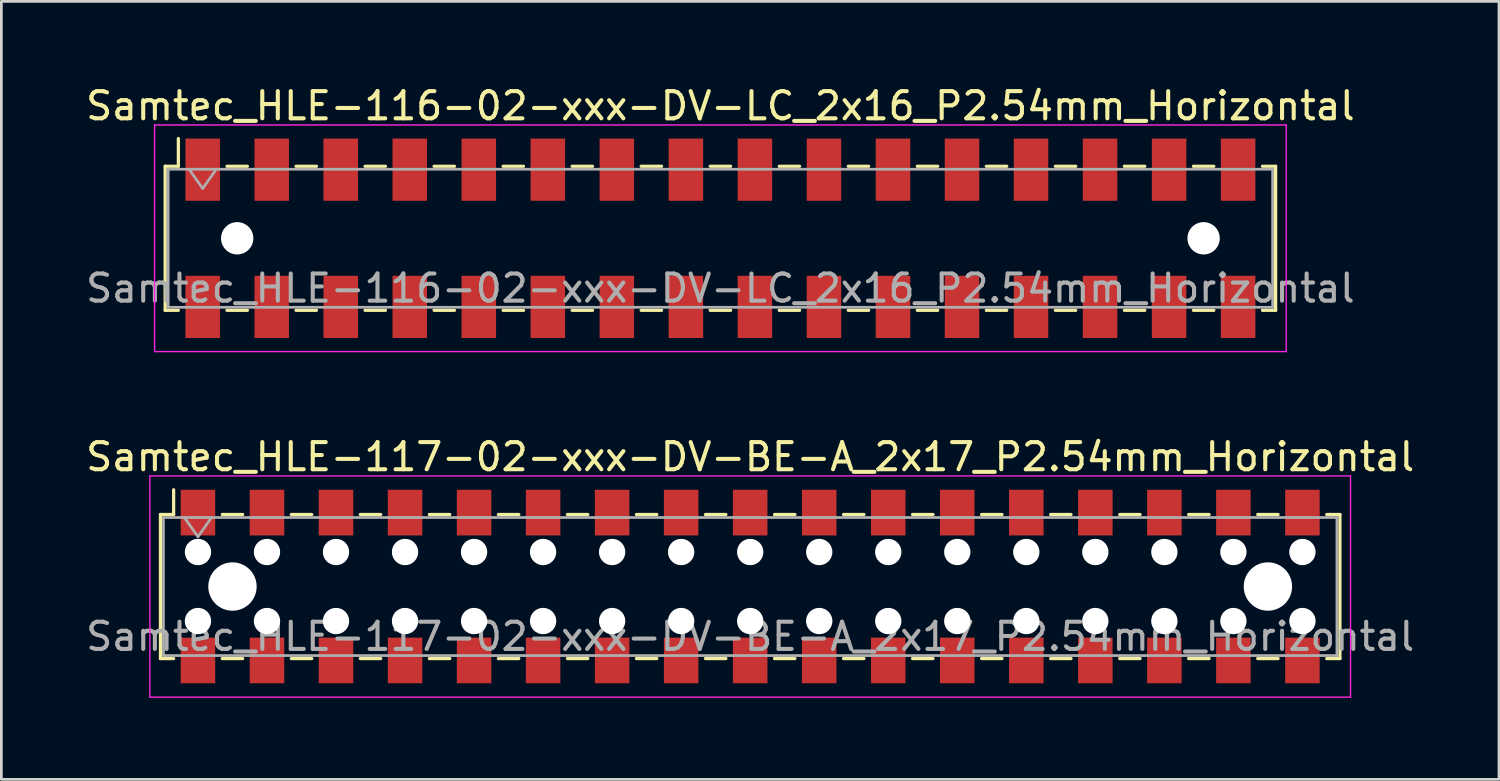
<source format=kicad_pcb>
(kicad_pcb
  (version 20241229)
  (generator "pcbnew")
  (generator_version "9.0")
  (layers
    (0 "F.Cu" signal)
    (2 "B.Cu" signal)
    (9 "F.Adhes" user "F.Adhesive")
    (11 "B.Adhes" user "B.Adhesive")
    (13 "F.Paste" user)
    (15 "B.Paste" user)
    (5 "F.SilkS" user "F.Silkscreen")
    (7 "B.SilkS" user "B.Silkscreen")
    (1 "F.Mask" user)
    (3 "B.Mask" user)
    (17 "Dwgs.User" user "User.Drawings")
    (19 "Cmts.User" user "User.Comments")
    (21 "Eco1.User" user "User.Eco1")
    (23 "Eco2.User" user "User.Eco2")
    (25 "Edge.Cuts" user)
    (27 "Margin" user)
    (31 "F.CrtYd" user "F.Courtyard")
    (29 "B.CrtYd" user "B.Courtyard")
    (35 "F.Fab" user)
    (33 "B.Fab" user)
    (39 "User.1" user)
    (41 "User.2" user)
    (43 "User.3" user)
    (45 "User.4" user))
  (footprint "Samtec_HLE-116-02-xxx-DV-LC_2x16_P2.54mm_Horizontal"
    (layer "F.Cu")
    (at 23.458 5.718)
    (property "Reference" "Samtec_HLE-116-02-xxx-DV-LC_2x16_P2.54mm_Horizontal" (at 0 -4.87 0) (layer "F.SilkS") (effects (font (size 1 1) (thickness 0.15))))
    (attr smd)
    (fp_line (start -20.43 -2.65) (end -20.43 2.65) (stroke (width 0.12) (type solid)) (layer "F.SilkS"))
    (fp_line (start -20.43 2.65) (end -19.945 2.65) (stroke (width 0.12) (type solid)) (layer "F.SilkS"))
    (fp_line (start -19.945 -3.67) (end -19.945 -2.65) (stroke (width 0.12) (type solid)) (layer "F.SilkS"))
    (fp_line (start -19.945 -2.65) (end -20.43 -2.65) (stroke (width 0.12) (type solid)) (layer "F.SilkS"))
    (fp_line (start -18.155 -2.65) (end -17.405 -2.65) (stroke (width 0.12) (type solid)) (layer "F.SilkS"))
    (fp_line (start -18.155 2.65) (end -17.405 2.65) (stroke (width 0.12) (type solid)) (layer "F.SilkS"))
    (fp_line (start -15.615 -2.65) (end -14.865 -2.65) (stroke (width 0.12) (type solid)) (layer "F.SilkS"))
    (fp_line (start -15.615 2.65) (end -14.865 2.65) (stroke (width 0.12) (type solid)) (layer "F.SilkS"))
    (fp_line (start -13.075 -2.65) (end -12.325 -2.65) (stroke (width 0.12) (type solid)) (layer "F.SilkS"))
    (fp_line (start -13.075 2.65) (end -12.325 2.65) (stroke (width 0.12) (type solid)) (layer "F.SilkS"))
    (fp_line (start -10.535 -2.65) (end -9.785 -2.65) (stroke (width 0.12) (type solid)) (layer "F.SilkS"))
    (fp_line (start -10.535 2.65) (end -9.785 2.65) (stroke (width 0.12) (type solid)) (layer "F.SilkS"))
    (fp_line (start -7.995 -2.65) (end -7.245 -2.65) (stroke (width 0.12) (type solid)) (layer "F.SilkS"))
    (fp_line (start -7.995 2.65) (end -7.245 2.65) (stroke (width 0.12) (type solid)) (layer "F.SilkS"))
    (fp_line (start -5.455 -2.65) (end -4.705 -2.65) (stroke (width 0.12) (type solid)) (layer "F.SilkS"))
    (fp_line (start -5.455 2.65) (end -4.705 2.65) (stroke (width 0.12) (type solid)) (layer "F.SilkS"))
    (fp_line (start -2.915 -2.65) (end -2.165 -2.65) (stroke (width 0.12) (type solid)) (layer "F.SilkS"))
    (fp_line (start -2.915 2.65) (end -2.165 2.65) (stroke (width 0.12) (type solid)) (layer "F.SilkS"))
    (fp_line (start -0.375 -2.65) (end 0.375 -2.65) (stroke (width 0.12) (type solid)) (layer "F.SilkS"))
    (fp_line (start -0.375 2.65) (end 0.375 2.65) (stroke (width 0.12) (type solid)) (layer "F.SilkS"))
    (fp_line (start 2.165 -2.65) (end 2.915 -2.65) (stroke (width 0.12) (type solid)) (layer "F.SilkS"))
    (fp_line (start 2.165 2.65) (end 2.915 2.65) (stroke (width 0.12) (type solid)) (layer "F.SilkS"))
    (fp_line (start 4.705 -2.65) (end 5.455 -2.65) (stroke (width 0.12) (type solid)) (layer "F.SilkS"))
    (fp_line (start 4.705 2.65) (end 5.455 2.65) (stroke (width 0.12) (type solid)) (layer "F.SilkS"))
    (fp_line (start 7.245 -2.65) (end 7.995 -2.65) (stroke (width 0.12) (type solid)) (layer "F.SilkS"))
    (fp_line (start 7.245 2.65) (end 7.995 2.65) (stroke (width 0.12) (type solid)) (layer "F.SilkS"))
    (fp_line (start 9.785 -2.65) (end 10.535 -2.65) (stroke (width 0.12) (type solid)) (layer "F.SilkS"))
    (fp_line (start 9.785 2.65) (end 10.535 2.65) (stroke (width 0.12) (type solid)) (layer "F.SilkS"))
    (fp_line (start 12.325 -2.65) (end 13.075 -2.65) (stroke (width 0.12) (type solid)) (layer "F.SilkS"))
    (fp_line (start 12.325 2.65) (end 13.075 2.65) (stroke (width 0.12) (type solid)) (layer "F.SilkS"))
    (fp_line (start 14.865 -2.65) (end 15.615 -2.65) (stroke (width 0.12) (type solid)) (layer "F.SilkS"))
    (fp_line (start 14.865 2.65) (end 15.615 2.65) (stroke (width 0.12) (type solid)) (layer "F.SilkS"))
    (fp_line (start 17.405 -2.65) (end 18.155 -2.65) (stroke (width 0.12) (type solid)) (layer "F.SilkS"))
    (fp_line (start 17.405 2.65) (end 18.155 2.65) (stroke (width 0.12) (type solid)) (layer "F.SilkS"))
    (fp_line (start 19.945 -2.65) (end 20.43 -2.65) (stroke (width 0.12) (type solid)) (layer "F.SilkS"))
    (fp_line (start 20.43 -2.65) (end 20.43 2.65) (stroke (width 0.12) (type solid)) (layer "F.SilkS"))
    (fp_line (start 20.43 2.65) (end 19.945 2.65) (stroke (width 0.12) (type solid)) (layer "F.SilkS"))
    (fp_line (start -20.82 -4.17) (end 20.82 -4.17) (stroke (width 0.05) (type solid)) (layer "F.CrtYd"))
    (fp_line (start -20.82 4.17) (end -20.82 -4.17) (stroke (width 0.05) (type solid)) (layer "F.CrtYd"))
    (fp_line (start 20.82 -4.17) (end 20.82 4.17) (stroke (width 0.05) (type solid)) (layer "F.CrtYd"))
    (fp_line (start 20.82 4.17) (end -20.82 4.17) (stroke (width 0.05) (type solid)) (layer "F.CrtYd"))
    (fp_line (start -20.32 -2.54) (end 20.32 -2.54) (stroke (width 0.1) (type solid)) (layer "F.Fab"))
    (fp_line (start -20.32 2.54) (end -20.32 -2.54) (stroke (width 0.1) (type solid)) (layer "F.Fab"))
    (fp_line (start -19.55 -2.54) (end -19.05 -1.833) (stroke (width 0.1) (type solid)) (layer "F.Fab"))
    (fp_line (start -19.05 -1.833) (end -18.55 -2.54) (stroke (width 0.1) (type solid)) (layer "F.Fab"))
    (fp_line (start 20.32 -2.54) (end 20.32 2.54) (stroke (width 0.1) (type solid)) (layer "F.Fab"))
    (fp_line (start 20.32 2.54) (end -20.32 2.54) (stroke (width 0.1) (type solid)) (layer "F.Fab"))
    (fp_text user "${REFERENCE}" (at 0 1.84 0) (layer "F.Fab") (effects (font (size 1 1) (thickness 0.15))))
    (pad "" np_thru_hole circle (at -17.78 0) (size 1.19 1.19) (drill 1.19) (layers "*.Cu" "*.Mask"))
    (pad "" np_thru_hole circle (at 17.78 0) (size 1.19 1.19) (drill 1.19) (layers "*.Cu" "*.Mask"))
    (pad "1" smd rect (at -19.05 -2.525) (size 1.27 2.29) (layers "F.Cu" "F.Mask" "F.Paste"))
    (pad "2" smd rect (at -19.05 2.525) (size 1.27 2.29) (layers "F.Cu" "F.Mask" "F.Paste"))
    (pad "3" smd rect (at -16.51 -2.525) (size 1.27 2.29) (layers "F.Cu" "F.Mask" "F.Paste"))
    (pad "4" smd rect (at -16.51 2.525) (size 1.27 2.29) (layers "F.Cu" "F.Mask" "F.Paste"))
    (pad "5" smd rect (at -13.97 -2.525) (size 1.27 2.29) (layers "F.Cu" "F.Mask" "F.Paste"))
    (pad "6" smd rect (at -13.97 2.525) (size 1.27 2.29) (layers "F.Cu" "F.Mask" "F.Paste"))
    (pad "7" smd rect (at -11.43 -2.525) (size 1.27 2.29) (layers "F.Cu" "F.Mask" "F.Paste"))
    (pad "8" smd rect (at -11.43 2.525) (size 1.27 2.29) (layers "F.Cu" "F.Mask" "F.Paste"))
    (pad "9" smd rect (at -8.89 -2.525) (size 1.27 2.29) (layers "F.Cu" "F.Mask" "F.Paste"))
    (pad "10" smd rect (at -8.89 2.525) (size 1.27 2.29) (layers "F.Cu" "F.Mask" "F.Paste"))
    (pad "11" smd rect (at -6.35 -2.525) (size 1.27 2.29) (layers "F.Cu" "F.Mask" "F.Paste"))
    (pad "12" smd rect (at -6.35 2.525) (size 1.27 2.29) (layers "F.Cu" "F.Mask" "F.Paste"))
    (pad "13" smd rect (at -3.81 -2.525) (size 1.27 2.29) (layers "F.Cu" "F.Mask" "F.Paste"))
    (pad "14" smd rect (at -3.81 2.525) (size 1.27 2.29) (layers "F.Cu" "F.Mask" "F.Paste"))
    (pad "15" smd rect (at -1.27 -2.525) (size 1.27 2.29) (layers "F.Cu" "F.Mask" "F.Paste"))
    (pad "16" smd rect (at -1.27 2.525) (size 1.27 2.29) (layers "F.Cu" "F.Mask" "F.Paste"))
    (pad "17" smd rect (at 1.27 -2.525) (size 1.27 2.29) (layers "F.Cu" "F.Mask" "F.Paste"))
    (pad "18" smd rect (at 1.27 2.525) (size 1.27 2.29) (layers "F.Cu" "F.Mask" "F.Paste"))
    (pad "19" smd rect (at 3.81 -2.525) (size 1.27 2.29) (layers "F.Cu" "F.Mask" "F.Paste"))
    (pad "20" smd rect (at 3.81 2.525) (size 1.27 2.29) (layers "F.Cu" "F.Mask" "F.Paste"))
    (pad "21" smd rect (at 6.35 -2.525) (size 1.27 2.29) (layers "F.Cu" "F.Mask" "F.Paste"))
    (pad "22" smd rect (at 6.35 2.525) (size 1.27 2.29) (layers "F.Cu" "F.Mask" "F.Paste"))
    (pad "23" smd rect (at 8.89 -2.525) (size 1.27 2.29) (layers "F.Cu" "F.Mask" "F.Paste"))
    (pad "24" smd rect (at 8.89 2.525) (size 1.27 2.29) (layers "F.Cu" "F.Mask" "F.Paste"))
    (pad "25" smd rect (at 11.43 -2.525) (size 1.27 2.29) (layers "F.Cu" "F.Mask" "F.Paste"))
    (pad "26" smd rect (at 11.43 2.525) (size 1.27 2.29) (layers "F.Cu" "F.Mask" "F.Paste"))
    (pad "27" smd rect (at 13.97 -2.525) (size 1.27 2.29) (layers "F.Cu" "F.Mask" "F.Paste"))
    (pad "28" smd rect (at 13.97 2.525) (size 1.27 2.29) (layers "F.Cu" "F.Mask" "F.Paste"))
    (pad "29" smd rect (at 16.51 -2.525) (size 1.27 2.29) (layers "F.Cu" "F.Mask" "F.Paste"))
    (pad "30" smd rect (at 16.51 2.525) (size 1.27 2.29) (layers "F.Cu" "F.Mask" "F.Paste"))
    (pad "31" smd rect (at 19.05 -2.525) (size 1.27 2.29) (layers "F.Cu" "F.Mask" "F.Paste"))
    (pad "32" smd rect (at 19.05 2.525) (size 1.27 2.29) (layers "F.Cu" "F.Mask" "F.Paste")))
  (footprint "Samtec_HLE-117-02-xxx-DV-BE-A_2x17_P2.54mm_Horizontal"
    (layer "F.Cu")
    (at 24.554 18.532)
    (property "Reference" "Samtec_HLE-117-02-xxx-DV-BE-A_2x17_P2.54mm_Horizontal" (at 0 -4.77 0) (layer "F.SilkS") (effects (font (size 1 1) (thickness 0.15))))
    (attr smd)
    (fp_line (start -21.7 -2.65) (end -21.7 2.65) (stroke (width 0.12) (type solid)) (layer "F.SilkS"))
    (fp_line (start -21.7 2.65) (end -21.215 2.65) (stroke (width 0.12) (type solid)) (layer "F.SilkS"))
    (fp_line (start -21.215 -3.56) (end -21.215 -2.65) (stroke (width 0.12) (type solid)) (layer "F.SilkS"))
    (fp_line (start -21.215 -2.65) (end -21.7 -2.65) (stroke (width 0.12) (type solid)) (layer "F.SilkS"))
    (fp_line (start -19.425 -2.65) (end -18.675 -2.65) (stroke (width 0.12) (type solid)) (layer "F.SilkS"))
    (fp_line (start -19.425 2.65) (end -18.675 2.65) (stroke (width 0.12) (type solid)) (layer "F.SilkS"))
    (fp_line (start -16.885 -2.65) (end -16.135 -2.65) (stroke (width 0.12) (type solid)) (layer "F.SilkS"))
    (fp_line (start -16.885 2.65) (end -16.135 2.65) (stroke (width 0.12) (type solid)) (layer "F.SilkS"))
    (fp_line (start -14.345 -2.65) (end -13.595 -2.65) (stroke (width 0.12) (type solid)) (layer "F.SilkS"))
    (fp_line (start -14.345 2.65) (end -13.595 2.65) (stroke (width 0.12) (type solid)) (layer "F.SilkS"))
    (fp_line (start -11.805 -2.65) (end -11.055 -2.65) (stroke (width 0.12) (type solid)) (layer "F.SilkS"))
    (fp_line (start -11.805 2.65) (end -11.055 2.65) (stroke (width 0.12) (type solid)) (layer "F.SilkS"))
    (fp_line (start -9.265 -2.65) (end -8.515 -2.65) (stroke (width 0.12) (type solid)) (layer "F.SilkS"))
    (fp_line (start -9.265 2.65) (end -8.515 2.65) (stroke (width 0.12) (type solid)) (layer "F.SilkS"))
    (fp_line (start -6.725 -2.65) (end -5.975 -2.65) (stroke (width 0.12) (type solid)) (layer "F.SilkS"))
    (fp_line (start -6.725 2.65) (end -5.975 2.65) (stroke (width 0.12) (type solid)) (layer "F.SilkS"))
    (fp_line (start -4.185 -2.65) (end -3.435 -2.65) (stroke (width 0.12) (type solid)) (layer "F.SilkS"))
    (fp_line (start -4.185 2.65) (end -3.435 2.65) (stroke (width 0.12) (type solid)) (layer "F.SilkS"))
    (fp_line (start -1.645 -2.65) (end -0.895 -2.65) (stroke (width 0.12) (type solid)) (layer "F.SilkS"))
    (fp_line (start -1.645 2.65) (end -0.895 2.65) (stroke (width 0.12) (type solid)) (layer "F.SilkS"))
    (fp_line (start 0.895 -2.65) (end 1.645 -2.65) (stroke (width 0.12) (type solid)) (layer "F.SilkS"))
    (fp_line (start 0.895 2.65) (end 1.645 2.65) (stroke (width 0.12) (type solid)) (layer "F.SilkS"))
    (fp_line (start 3.435 -2.65) (end 4.185 -2.65) (stroke (width 0.12) (type solid)) (layer "F.SilkS"))
    (fp_line (start 3.435 2.65) (end 4.185 2.65) (stroke (width 0.12) (type solid)) (layer "F.SilkS"))
    (fp_line (start 5.975 -2.65) (end 6.725 -2.65) (stroke (width 0.12) (type solid)) (layer "F.SilkS"))
    (fp_line (start 5.975 2.65) (end 6.725 2.65) (stroke (width 0.12) (type solid)) (layer "F.SilkS"))
    (fp_line (start 8.515 -2.65) (end 9.265 -2.65) (stroke (width 0.12) (type solid)) (layer "F.SilkS"))
    (fp_line (start 8.515 2.65) (end 9.265 2.65) (stroke (width 0.12) (type solid)) (layer "F.SilkS"))
    (fp_line (start 11.055 -2.65) (end 11.805 -2.65) (stroke (width 0.12) (type solid)) (layer "F.SilkS"))
    (fp_line (start 11.055 2.65) (end 11.805 2.65) (stroke (width 0.12) (type solid)) (layer "F.SilkS"))
    (fp_line (start 13.595 -2.65) (end 14.345 -2.65) (stroke (width 0.12) (type solid)) (layer "F.SilkS"))
    (fp_line (start 13.595 2.65) (end 14.345 2.65) (stroke (width 0.12) (type solid)) (layer "F.SilkS"))
    (fp_line (start 16.135 -2.65) (end 16.885 -2.65) (stroke (width 0.12) (type solid)) (layer "F.SilkS"))
    (fp_line (start 16.135 2.65) (end 16.885 2.65) (stroke (width 0.12) (type solid)) (layer "F.SilkS"))
    (fp_line (start 18.675 -2.65) (end 19.425 -2.65) (stroke (width 0.12) (type solid)) (layer "F.SilkS"))
    (fp_line (start 18.675 2.65) (end 19.425 2.65) (stroke (width 0.12) (type solid)) (layer "F.SilkS"))
    (fp_line (start 21.215 -2.65) (end 21.7 -2.65) (stroke (width 0.12) (type solid)) (layer "F.SilkS"))
    (fp_line (start 21.7 -2.65) (end 21.7 2.65) (stroke (width 0.12) (type solid)) (layer "F.SilkS"))
    (fp_line (start 21.7 2.65) (end 21.215 2.65) (stroke (width 0.12) (type solid)) (layer "F.SilkS"))
    (fp_line (start -22.09 -4.07) (end 22.09 -4.07) (stroke (width 0.05) (type solid)) (layer "F.CrtYd"))
    (fp_line (start -22.09 4.07) (end -22.09 -4.07) (stroke (width 0.05) (type solid)) (layer "F.CrtYd"))
    (fp_line (start 22.09 -4.07) (end 22.09 4.07) (stroke (width 0.05) (type solid)) (layer "F.CrtYd"))
    (fp_line (start 22.09 4.07) (end -22.09 4.07) (stroke (width 0.05) (type solid)) (layer "F.CrtYd"))
    (fp_line (start -21.59 -2.54) (end 21.59 -2.54) (stroke (width 0.1) (type solid)) (layer "F.Fab"))
    (fp_line (start -21.59 2.54) (end -21.59 -2.54) (stroke (width 0.1) (type solid)) (layer "F.Fab"))
    (fp_line (start -20.82 -2.54) (end -20.32 -1.833) (stroke (width 0.1) (type solid)) (layer "F.Fab"))
    (fp_line (start -20.32 -1.833) (end -19.82 -2.54) (stroke (width 0.1) (type solid)) (layer "F.Fab"))
    (fp_line (start 21.59 -2.54) (end 21.59 2.54) (stroke (width 0.1) (type solid)) (layer "F.Fab"))
    (fp_line (start 21.59 2.54) (end -21.59 2.54) (stroke (width 0.1) (type solid)) (layer "F.Fab"))
    (fp_text user "${REFERENCE}" (at 0 1.84 0) (layer "F.Fab") (effects (font (size 1 1) (thickness 0.15))))
    (pad "" np_thru_hole circle (at -20.32 -1.27) (size 0.97 0.97) (drill 0.97) (layers "*.Cu" "*.Mask"))
    (pad "" np_thru_hole circle (at -20.32 1.27) (size 0.97 0.97) (drill 0.97) (layers "*.Cu" "*.Mask"))
    (pad "" np_thru_hole circle (at -19.05 0) (size 1.78 1.78) (drill 1.78) (layers "*.Cu" "*.Mask"))
    (pad "" np_thru_hole circle (at -17.78 -1.27) (size 0.97 0.97) (drill 0.97) (layers "*.Cu" "*.Mask"))
    (pad "" np_thru_hole circle (at -17.78 1.27) (size 0.97 0.97) (drill 0.97) (layers "*.Cu" "*.Mask"))
    (pad "" np_thru_hole circle (at -15.24 -1.27) (size 0.97 0.97) (drill 0.97) (layers "*.Cu" "*.Mask"))
    (pad "" np_thru_hole circle (at -15.24 1.27) (size 0.97 0.97) (drill 0.97) (layers "*.Cu" "*.Mask"))
    (pad "" np_thru_hole circle (at -12.7 -1.27) (size 0.97 0.97) (drill 0.97) (layers "*.Cu" "*.Mask"))
    (pad "" np_thru_hole circle (at -12.7 1.27) (size 0.97 0.97) (drill 0.97) (layers "*.Cu" "*.Mask"))
    (pad "" np_thru_hole circle (at -10.16 -1.27) (size 0.97 0.97) (drill 0.97) (layers "*.Cu" "*.Mask"))
    (pad "" np_thru_hole circle (at -10.16 1.27) (size 0.97 0.97) (drill 0.97) (layers "*.Cu" "*.Mask"))
    (pad "" np_thru_hole circle (at -7.62 -1.27) (size 0.97 0.97) (drill 0.97) (layers "*.Cu" "*.Mask"))
    (pad "" np_thru_hole circle (at -7.62 1.27) (size 0.97 0.97) (drill 0.97) (layers "*.Cu" "*.Mask"))
    (pad "" np_thru_hole circle (at -5.08 -1.27) (size 0.97 0.97) (drill 0.97) (layers "*.Cu" "*.Mask"))
    (pad "" np_thru_hole circle (at -5.08 1.27) (size 0.97 0.97) (drill 0.97) (layers "*.Cu" "*.Mask"))
    (pad "" np_thru_hole circle (at -2.54 -1.27) (size 0.97 0.97) (drill 0.97) (layers "*.Cu" "*.Mask"))
    (pad "" np_thru_hole circle (at -2.54 1.27) (size 0.97 0.97) (drill 0.97) (layers "*.Cu" "*.Mask"))
    (pad "" np_thru_hole circle (at 0 -1.27) (size 0.97 0.97) (drill 0.97) (layers "*.Cu" "*.Mask"))
    (pad "" np_thru_hole circle (at 0 1.27) (size 0.97 0.97) (drill 0.97) (layers "*.Cu" "*.Mask"))
    (pad "" np_thru_hole circle (at 2.54 -1.27) (size 0.97 0.97) (drill 0.97) (layers "*.Cu" "*.Mask"))
    (pad "" np_thru_hole circle (at 2.54 1.27) (size 0.97 0.97) (drill 0.97) (layers "*.Cu" "*.Mask"))
    (pad "" np_thru_hole circle (at 5.08 -1.27) (size 0.97 0.97) (drill 0.97) (layers "*.Cu" "*.Mask"))
    (pad "" np_thru_hole circle (at 5.08 1.27) (size 0.97 0.97) (drill 0.97) (layers "*.Cu" "*.Mask"))
    (pad "" np_thru_hole circle (at 7.62 -1.27) (size 0.97 0.97) (drill 0.97) (layers "*.Cu" "*.Mask"))
    (pad "" np_thru_hole circle (at 7.62 1.27) (size 0.97 0.97) (drill 0.97) (layers "*.Cu" "*.Mask"))
    (pad "" np_thru_hole circle (at 10.16 -1.27) (size 0.97 0.97) (drill 0.97) (layers "*.Cu" "*.Mask"))
    (pad "" np_thru_hole circle (at 10.16 1.27) (size 0.97 0.97) (drill 0.97) (layers "*.Cu" "*.Mask"))
    (pad "" np_thru_hole circle (at 12.7 -1.27) (size 0.97 0.97) (drill 0.97) (layers "*.Cu" "*.Mask"))
    (pad "" np_thru_hole circle (at 12.7 1.27) (size 0.97 0.97) (drill 0.97) (layers "*.Cu" "*.Mask"))
    (pad "" np_thru_hole circle (at 15.24 -1.27) (size 0.97 0.97) (drill 0.97) (layers "*.Cu" "*.Mask"))
    (pad "" np_thru_hole circle (at 15.24 1.27) (size 0.97 0.97) (drill 0.97) (layers "*.Cu" "*.Mask"))
    (pad "" np_thru_hole circle (at 17.78 -1.27) (size 0.97 0.97) (drill 0.97) (layers "*.Cu" "*.Mask"))
    (pad "" np_thru_hole circle (at 17.78 1.27) (size 0.97 0.97) (drill 0.97) (layers "*.Cu" "*.Mask"))
    (pad "" np_thru_hole circle (at 19.05 0) (size 1.78 1.78) (drill 1.78) (layers "*.Cu" "*.Mask"))
    (pad "" np_thru_hole circle (at 20.32 -1.27) (size 0.97 0.97) (drill 0.97) (layers "*.Cu" "*.Mask"))
    (pad "" np_thru_hole circle (at 20.32 1.27) (size 0.97 0.97) (drill 0.97) (layers "*.Cu" "*.Mask"))
    (pad "1" smd rect (at -20.32 -2.72) (size 1.27 1.68) (layers "F.Cu" "F.Mask" "F.Paste"))
    (pad "2" smd rect (at -20.32 2.72) (size 1.27 1.68) (layers "F.Cu" "F.Mask" "F.Paste"))
    (pad "3" smd rect (at -17.78 -2.72) (size 1.27 1.68) (layers "F.Cu" "F.Mask" "F.Paste"))
    (pad "4" smd rect (at -17.78 2.72) (size 1.27 1.68) (layers "F.Cu" "F.Mask" "F.Paste"))
    (pad "5" smd rect (at -15.24 -2.72) (size 1.27 1.68) (layers "F.Cu" "F.Mask" "F.Paste"))
    (pad "6" smd rect (at -15.24 2.72) (size 1.27 1.68) (layers "F.Cu" "F.Mask" "F.Paste"))
    (pad "7" smd rect (at -12.7 -2.72) (size 1.27 1.68) (layers "F.Cu" "F.Mask" "F.Paste"))
    (pad "8" smd rect (at -12.7 2.72) (size 1.27 1.68) (layers "F.Cu" "F.Mask" "F.Paste"))
    (pad "9" smd rect (at -10.16 -2.72) (size 1.27 1.68) (layers "F.Cu" "F.Mask" "F.Paste"))
    (pad "10" smd rect (at -10.16 2.72) (size 1.27 1.68) (layers "F.Cu" "F.Mask" "F.Paste"))
    (pad "11" smd rect (at -7.62 -2.72) (size 1.27 1.68) (layers "F.Cu" "F.Mask" "F.Paste"))
    (pad "12" smd rect (at -7.62 2.72) (size 1.27 1.68) (layers "F.Cu" "F.Mask" "F.Paste"))
    (pad "13" smd rect (at -5.08 -2.72) (size 1.27 1.68) (layers "F.Cu" "F.Mask" "F.Paste"))
    (pad "14" smd rect (at -5.08 2.72) (size 1.27 1.68) (layers "F.Cu" "F.Mask" "F.Paste"))
    (pad "15" smd rect (at -2.54 -2.72) (size 1.27 1.68) (layers "F.Cu" "F.Mask" "F.Paste"))
    (pad "16" smd rect (at -2.54 2.72) (size 1.27 1.68) (layers "F.Cu" "F.Mask" "F.Paste"))
    (pad "17" smd rect (at 0 -2.72) (size 1.27 1.68) (layers "F.Cu" "F.Mask" "F.Paste"))
    (pad "18" smd rect (at 0 2.72) (size 1.27 1.68) (layers "F.Cu" "F.Mask" "F.Paste"))
    (pad "19" smd rect (at 2.54 -2.72) (size 1.27 1.68) (layers "F.Cu" "F.Mask" "F.Paste"))
    (pad "20" smd rect (at 2.54 2.72) (size 1.27 1.68) (layers "F.Cu" "F.Mask" "F.Paste"))
    (pad "21" smd rect (at 5.08 -2.72) (size 1.27 1.68) (layers "F.Cu" "F.Mask" "F.Paste"))
    (pad "22" smd rect (at 5.08 2.72) (size 1.27 1.68) (layers "F.Cu" "F.Mask" "F.Paste"))
    (pad "23" smd rect (at 7.62 -2.72) (size 1.27 1.68) (layers "F.Cu" "F.Mask" "F.Paste"))
    (pad "24" smd rect (at 7.62 2.72) (size 1.27 1.68) (layers "F.Cu" "F.Mask" "F.Paste"))
    (pad "25" smd rect (at 10.16 -2.72) (size 1.27 1.68) (layers "F.Cu" "F.Mask" "F.Paste"))
    (pad "26" smd rect (at 10.16 2.72) (size 1.27 1.68) (layers "F.Cu" "F.Mask" "F.Paste"))
    (pad "27" smd rect (at 12.7 -2.72) (size 1.27 1.68) (layers "F.Cu" "F.Mask" "F.Paste"))
    (pad "28" smd rect (at 12.7 2.72) (size 1.27 1.68) (layers "F.Cu" "F.Mask" "F.Paste"))
    (pad "29" smd rect (at 15.24 -2.72) (size 1.27 1.68) (layers "F.Cu" "F.Mask" "F.Paste"))
    (pad "30" smd rect (at 15.24 2.72) (size 1.27 1.68) (layers "F.Cu" "F.Mask" "F.Paste"))
    (pad "31" smd rect (at 17.78 -2.72) (size 1.27 1.68) (layers "F.Cu" "F.Mask" "F.Paste"))
    (pad "32" smd rect (at 17.78 2.72) (size 1.27 1.68) (layers "F.Cu" "F.Mask" "F.Paste"))
    (pad "33" smd rect (at 20.32 -2.72) (size 1.27 1.68) (layers "F.Cu" "F.Mask" "F.Paste"))
    (pad "34" smd rect (at 20.32 2.72) (size 1.27 1.68) (layers "F.Cu" "F.Mask" "F.Paste")))
  (gr_rect
    (start -3 -3)
    (end 52.107 25.627)
    (stroke (width 0.1) (type default))
    (fill no)
    (layer "Edge.Cuts")))
</source>
